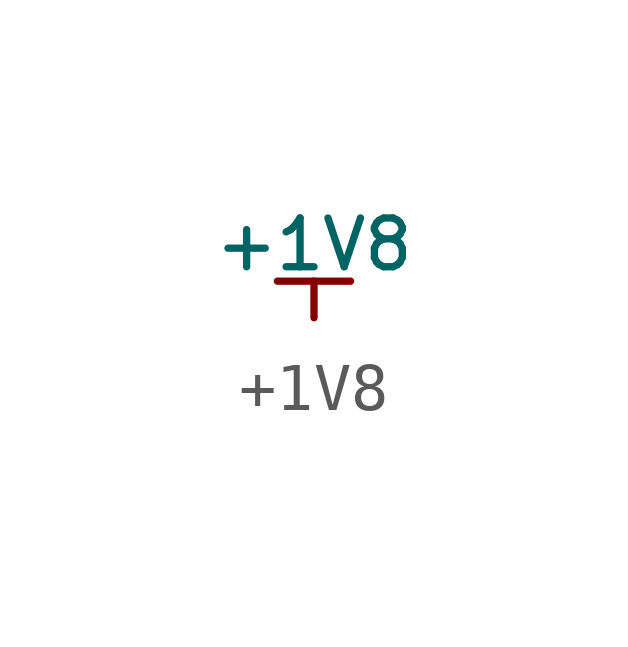
<source format=kicad_sym>
(kicad_symbol_lib
  (version 20211014)
  (generator kicad_symbol_editor)
  (symbol "+1V8"
    (power)
    (pin_numbers hide)
    (pin_names
      (offset 0) hide)
    (property "Reference" "#PWR"
      (at 0.254 0 0)
      (effects (font (size 0.508 0.508)) hide))
    (property "Value" "+1V8"
      (at 0 1.524 0)
      (effects (font (size 1.016 1.016))))
    (symbol "+1V8_0_1"
      (polyline (pts (xy -0.762 0.762) (xy 0.762 0.762)) (stroke (width 0) (type default) (color 0 0 0 0)) (fill (type none)))
      (polyline (pts (xy 0 0) (xy 0 0.762)) (stroke (width 0) (type default) (color 0 0 0 0)) (fill (type none))))
    (symbol "+1V8_1_1"
      (pin power_in line (at 0 0 90) (length 0) hide (name "+1V8" (effects (font (size 1.27 1.27)))) (number "1" (effects (font (size 1.27 1.27))))))))
</source>
